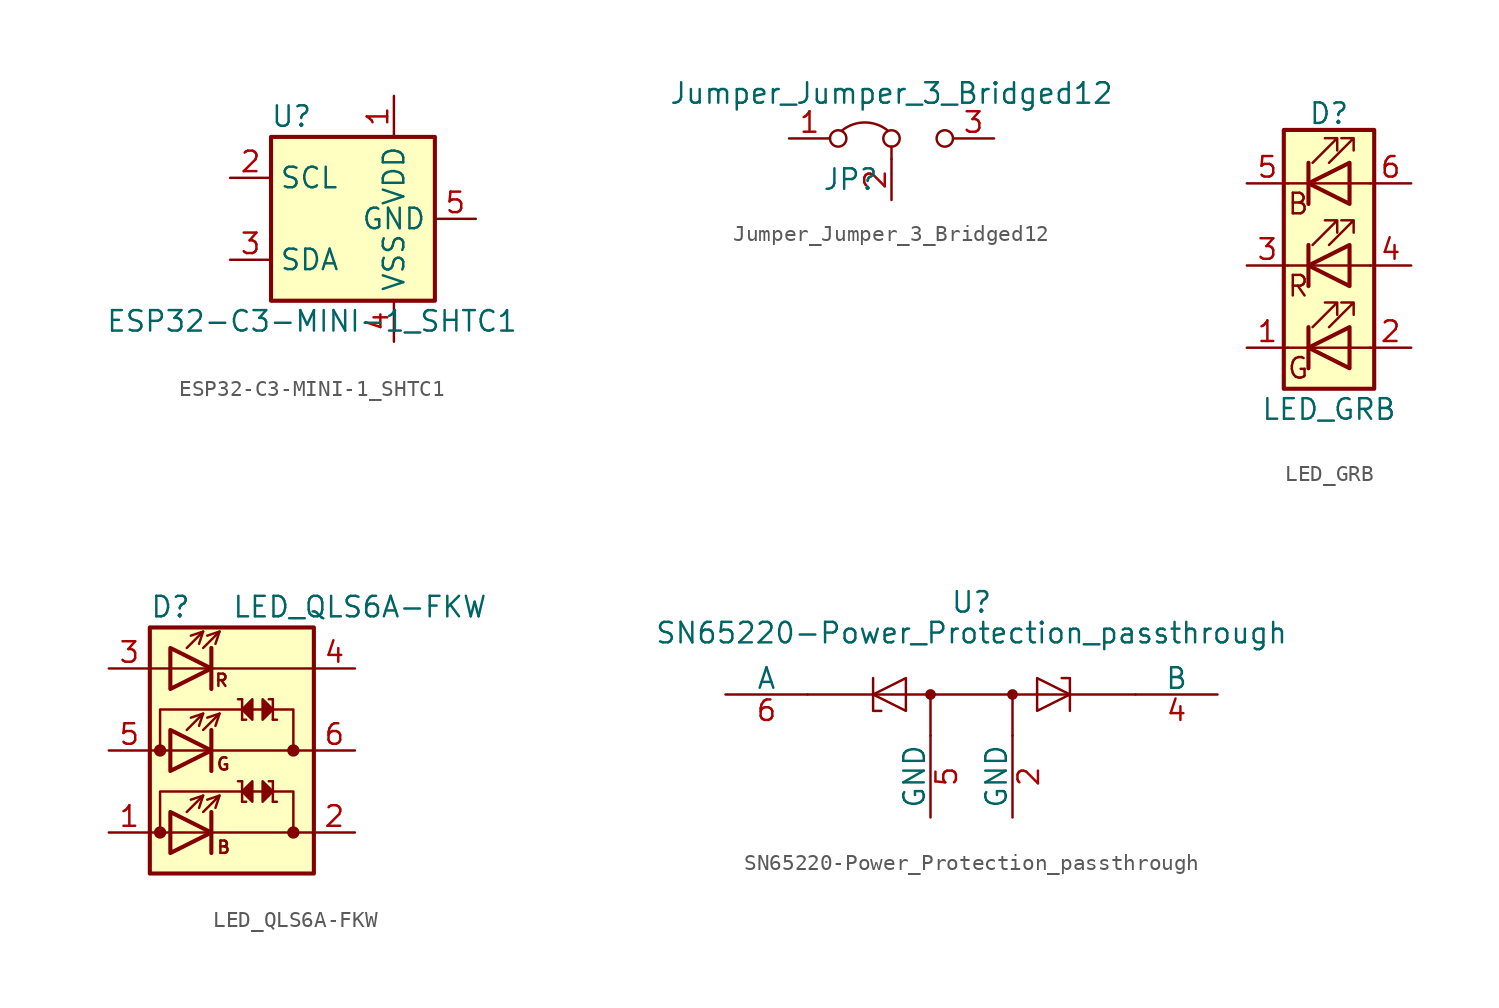
<source format=kicad_sym>
(kicad_symbol_lib
  (version 20211014)
  (generator kicad_symbol_editor)
  (symbol "ESP32-C3-MINI-1_SHTC1"
    (property "Reference" "U"
      (at -3.81 6.35 0)
      (effects (font (size 1.27 1.27))))
    (property "Value" "ESP32-C3-MINI-1_SHTC1"
      (at -2.54 -6.35 0)
      (effects (font (size 1.27 1.27))))
    (symbol "ESP32-C3-MINI-1_SHTC1_1_1"
      (rectangle (start -5.08 5.08) (end 5.08 -5.08) (stroke (width 0.254) (type default) (color 0 0 0 0)) (fill (type background)))
      (pin power_in line (at 2.54 7.62 270) (length 2.54) (name "VDD" (effects (font (size 1.27 1.27)))) (number "1" (effects (font (size 1.27 1.27)))))
      (pin input line (at -7.62 2.54 0) (length 2.54) (name "SCL" (effects (font (size 1.27 1.27)))) (number "2" (effects (font (size 1.27 1.27)))))
      (pin bidirectional line (at -7.62 -2.54 0) (length 2.54) (name "SDA" (effects (font (size 1.27 1.27)))) (number "3" (effects (font (size 1.27 1.27)))))
      (pin power_in line (at 2.54 -7.62 90) (length 2.54) (name "VSS" (effects (font (size 1.27 1.27)))) (number "4" (effects (font (size 1.27 1.27)))))
      (pin power_in line (at 7.62 0 180) (length 2.54) (name "GND" (effects (font (size 1.27 1.27)))) (number "5" (effects (font (size 1.27 1.27)))))))
  (symbol "Jumper_Jumper_3_Bridged12"
    (pin_names
      (offset 0) hide)
    (property "Reference" "JP"
      (at -2.54 -2.54 0)
      (effects (font (size 1.27 1.27))))
    (property "Value" "Jumper_Jumper_3_Bridged12"
      (at 0 2.794 0)
      (effects (font (size 1.27 1.27))))
    (symbol "Jumper_Jumper_3_Bridged12_0_0"
      (circle (center -3.302 0) (radius 0.508) (stroke (width 0) (type default) (color 0 0 0 0)) (fill (type none)))
      (circle (center 0 0) (radius 0.508) (stroke (width 0) (type default) (color 0 0 0 0)) (fill (type none)))
      (circle (center 3.302 0) (radius 0.508) (stroke (width 0) (type default) (color 0 0 0 0)) (fill (type none))))
    (symbol "Jumper_Jumper_3_Bridged12_0_1"
      (arc (start -0.254 0.508) (mid -1.651 0.9912) (end -3.048 0.508) (stroke (width 0) (type default) (color 0 0 0 0)) (fill (type none)))
      (polyline (pts (xy 0 -1.27) (xy 0 -0.508)) (stroke (width 0) (type default) (color 0 0 0 0)) (fill (type none))))
    (symbol "Jumper_Jumper_3_Bridged12_1_1"
      (pin passive line (at -6.35 0 0) (length 2.54) (name "A" (effects (font (size 1.27 1.27)))) (number "1" (effects (font (size 1.27 1.27)))))
      (pin input line (at 0 -3.81 90) (length 2.54) (name "C" (effects (font (size 1.27 1.27)))) (number "2" (effects (font (size 1.27 1.27)))))
      (pin passive line (at 6.35 0 180) (length 2.54) (name "B" (effects (font (size 1.27 1.27)))) (number "3" (effects (font (size 1.27 1.27)))))))
  (symbol "LED_GRB"
    (pin_names
      (offset 0) hide)
    (property "Reference" "D"
      (at 0 10.668 0)
      (effects (font (size 1.27 1.27))))
    (property "Value" "LED_GRB"
      (at 0 -7.62 0)
      (effects (font (size 1.27 1.27))))
    (symbol "LED_GRB_0_0"
      (text "B" (at -1.905 5.08 0) (effects (font (size 1.27 1.27))))
      (text "G" (at -1.905 -5.08 0) (effects (font (size 1.27 1.27))))
      (text "R" (at -1.905 0 0) (effects (font (size 1.27 1.27)))))
    (symbol "LED_GRB_0_1"
      (polyline (pts (xy -1.27 -3.81) (xy -2.54 -3.81)) (stroke (width 0) (type default) (color 0 0 0 0)) (fill (type none)))
      (polyline (pts (xy -1.27 -3.81) (xy 1.27 -3.81)) (stroke (width 0) (type default) (color 0 0 0 0)) (fill (type none)))
      (polyline (pts (xy -1.27 -2.54) (xy -1.27 -5.08)) (stroke (width 0.254) (type default) (color 0 0 0 0)) (fill (type none)))
      (polyline (pts (xy -1.27 1.27) (xy -2.54 1.27)) (stroke (width 0) (type default) (color 0 0 0 0)) (fill (type none)))
      (polyline (pts (xy -1.27 2.54) (xy -1.27 0)) (stroke (width 0.254) (type default) (color 0 0 0 0)) (fill (type none)))
      (polyline (pts (xy -1.27 6.35) (xy -2.54 6.35)) (stroke (width 0) (type default) (color 0 0 0 0)) (fill (type none)))
      (polyline (pts (xy -1.27 6.35) (xy 1.27 6.35)) (stroke (width 0) (type default) (color 0 0 0 0)) (fill (type none)))
      (polyline (pts (xy -1.27 7.62) (xy -1.27 5.08)) (stroke (width 0.254) (type default) (color 0 0 0 0)) (fill (type none)))
      (polyline (pts (xy 1.27 -3.81) (xy 2.54 -3.81)) (stroke (width 0) (type default) (color 0 0 0 0)) (fill (type none)))
      (polyline (pts (xy 1.27 1.27) (xy -1.27 1.27)) (stroke (width 0) (type default) (color 0 0 0 0)) (fill (type none)))
      (polyline (pts (xy 1.27 1.27) (xy 2.54 1.27)) (stroke (width 0) (type default) (color 0 0 0 0)) (fill (type none)))
      (polyline (pts (xy 1.27 6.35) (xy 2.54 6.35)) (stroke (width 0) (type default) (color 0 0 0 0)) (fill (type none)))
      (polyline (pts (xy -1.27 2.54) (xy -1.27 0) (xy -1.27 0)) (stroke (width 0) (type default) (color 0 0 0 0)) (fill (type none)))
      (polyline (pts (xy -1.27 7.62) (xy -1.27 5.08) (xy -1.27 5.08)) (stroke (width 0) (type default) (color 0 0 0 0)) (fill (type none)))
      (polyline (pts (xy 1.27 -2.54) (xy 1.27 -5.08) (xy -1.27 -3.81) (xy 1.27 -2.54)) (stroke (width 0.254) (type default) (color 0 0 0 0)) (fill (type none)))
      (polyline (pts (xy 1.27 2.54) (xy 1.27 0) (xy -1.27 1.27) (xy 1.27 2.54)) (stroke (width 0.254) (type default) (color 0 0 0 0)) (fill (type none)))
      (polyline (pts (xy 1.27 7.62) (xy 1.27 5.08) (xy -1.27 6.35) (xy 1.27 7.62)) (stroke (width 0.254) (type default) (color 0 0 0 0)) (fill (type none)))
      (polyline (pts (xy -1.016 -2.54) (xy 0.508 -1.016) (xy -0.254 -1.016) (xy 0.508 -1.016) (xy 0.508 -1.778)) (stroke (width 0) (type default) (color 0 0 0 0)) (fill (type none)))
      (polyline (pts (xy -1.016 2.54) (xy 0.508 4.064) (xy -0.254 4.064) (xy 0.508 4.064) (xy 0.508 3.302)) (stroke (width 0) (type default) (color 0 0 0 0)) (fill (type none)))
      (polyline (pts (xy -1.016 7.62) (xy 0.508 9.144) (xy -0.254 9.144) (xy 0.508 9.144) (xy 0.508 8.382)) (stroke (width 0) (type default) (color 0 0 0 0)) (fill (type none)))
      (polyline (pts (xy 0 -2.54) (xy 1.524 -1.016) (xy 0.762 -1.016) (xy 1.524 -1.016) (xy 1.524 -1.778)) (stroke (width 0) (type default) (color 0 0 0 0)) (fill (type none)))
      (polyline (pts (xy 0 2.54) (xy 1.524 4.064) (xy 0.762 4.064) (xy 1.524 4.064) (xy 1.524 3.302)) (stroke (width 0) (type default) (color 0 0 0 0)) (fill (type none)))
      (polyline (pts (xy 0 7.62) (xy 1.524 9.144) (xy 0.762 9.144) (xy 1.524 9.144) (xy 1.524 8.382)) (stroke (width 0) (type default) (color 0 0 0 0)) (fill (type none)))
      (rectangle (start 1.27 0) (end 1.27 2.54) (stroke (width 0) (type default) (color 0 0 0 0)) (fill (type none)))
      (rectangle (start 1.27 2.54) (end 1.27 2.54) (stroke (width 0) (type default) (color 0 0 0 0)) (fill (type none)))
      (rectangle (start 1.27 5.08) (end 1.27 7.62) (stroke (width 0) (type default) (color 0 0 0 0)) (fill (type none)))
      (rectangle (start 1.27 7.62) (end 1.27 7.62) (stroke (width 0) (type default) (color 0 0 0 0)) (fill (type none)))
      (rectangle (start 2.794 9.652) (end -2.794 -6.35) (stroke (width 0.254) (type default) (color 0 0 0 0)) (fill (type background))))
    (symbol "LED_GRB_1_1"
      (pin passive line (at -5.08 -3.81 0) (length 2.54) (name "GK" (effects (font (size 1.27 1.27)))) (number "1" (effects (font (size 1.27 1.27)))))
      (pin passive line (at 5.08 -3.81 180) (length 2.54) (name "GA" (effects (font (size 1.27 1.27)))) (number "2" (effects (font (size 1.27 1.27)))))
      (pin passive line (at -5.08 1.27 0) (length 2.54) (name "RK" (effects (font (size 1.27 1.27)))) (number "3" (effects (font (size 1.27 1.27)))))
      (pin passive line (at 5.08 1.27 180) (length 2.54) (name "RA" (effects (font (size 1.27 1.27)))) (number "4" (effects (font (size 1.27 1.27)))))
      (pin passive line (at -5.08 6.35 0) (length 2.54) (name "BK" (effects (font (size 1.27 1.27)))) (number "5" (effects (font (size 1.27 1.27)))))
      (pin passive line (at 5.08 6.35 180) (length 2.54) (name "BA" (effects (font (size 1.27 1.27)))) (number "6" (effects (font (size 1.27 1.27)))))))
  (symbol "LED_QLS6A-FKW"
    (pin_names hide)
    (property "Reference" "D"
      (at -5.08 8.89 0)
      (effects (font (size 1.27 1.27)) (justify left)))
    (property "Value" "LED_QLS6A-FKW"
      (at 0 8.89 0)
      (effects (font (size 1.27 1.27)) (justify left)))
    (symbol "LED_QLS6A-FKW_0_0"
      (text "B" (at -0.508 -5.994 0) (effects (font (size 0.762 0.762))))
      (text "G" (at -0.533 -0.838 0) (effects (font (size 0.762 0.762))))
      (text "R" (at -0.635 4.343 0) (effects (font (size 0.762 0.762)))))
    (symbol "LED_QLS6A-FKW_0_1"
      (rectangle (start -5.08 7.62) (end 5.08 -7.62) (stroke (width 0.254) (type default) (color 0 0 0 0)) (fill (type background)))
      (polyline (pts (xy -5.08 -5.08) (xy 5.08 -5.08)) (stroke (width 0) (type default) (color 0 0 0 0)) (fill (type none)))
      (polyline (pts (xy -5.08 0) (xy 5.08 0)) (stroke (width 0) (type default) (color 0 0 0 0)) (fill (type none)))
      (polyline (pts (xy -1.27 -3.81) (xy -1.27 -6.35)) (stroke (width 0.254) (type default) (color 0 0 0 0)) (fill (type none)))
      (polyline (pts (xy -1.27 1.27) (xy -1.27 -1.27)) (stroke (width 0.254) (type default) (color 0 0 0 0)) (fill (type none)))
      (polyline (pts (xy -1.27 6.35) (xy -1.27 3.81)) (stroke (width 0.254) (type default) (color 0 0 0 0)) (fill (type none)))
      (polyline (pts (xy 0.635 -1.905) (xy 0.381 -1.905)) (stroke (width 0) (type default) (color 0 0 0 0)) (fill (type none)))
      (polyline (pts (xy 0.635 -1.905) (xy 0.635 -3.175)) (stroke (width 0) (type default) (color 0 0 0 0)) (fill (type none)))
      (polyline (pts (xy 0.635 1.905) (xy 0.889 1.905)) (stroke (width 0) (type default) (color 0 0 0 0)) (fill (type none)))
      (polyline (pts (xy 0.635 3.175) (xy 0.381 3.175)) (stroke (width 0) (type default) (color 0 0 0 0)) (fill (type none)))
      (polyline (pts (xy 0.635 3.175) (xy 0.635 1.905)) (stroke (width 0) (type default) (color 0 0 0 0)) (fill (type none)))
      (polyline (pts (xy 0.889 -3.175) (xy 0.635 -3.175)) (stroke (width 0) (type default) (color 0 0 0 0)) (fill (type none)))
      (polyline (pts (xy 2.54 -3.175) (xy 2.794 -3.175)) (stroke (width 0) (type default) (color 0 0 0 0)) (fill (type none)))
      (polyline (pts (xy 2.54 -1.905) (xy 2.286 -1.905)) (stroke (width 0) (type default) (color 0 0 0 0)) (fill (type none)))
      (polyline (pts (xy 2.54 -1.905) (xy 2.54 -3.175)) (stroke (width 0) (type default) (color 0 0 0 0)) (fill (type none)))
      (polyline (pts (xy 2.54 1.905) (xy 2.54 3.175)) (stroke (width 0) (type default) (color 0 0 0 0)) (fill (type none)))
      (polyline (pts (xy 2.54 1.905) (xy 2.794 1.905)) (stroke (width 0) (type default) (color 0 0 0 0)) (fill (type none)))
      (polyline (pts (xy 2.54 3.175) (xy 2.286 3.175)) (stroke (width 0) (type default) (color 0 0 0 0)) (fill (type none)))
      (polyline (pts (xy -4.445 0) (xy -4.445 2.54) (xy 3.81 2.54) (xy 3.81 0)) (stroke (width 0) (type default) (color 0 0 0 0)) (fill (type none)))
      (polyline (pts (xy -3.81 -3.81) (xy -3.81 -6.35) (xy -1.27 -5.08) (xy -3.81 -3.81)) (stroke (width 0.254) (type default) (color 0 0 0 0)) (fill (type none)))
      (polyline (pts (xy -3.81 1.27) (xy -3.81 -1.27) (xy -1.27 0) (xy -3.81 1.27)) (stroke (width 0.254) (type default) (color 0 0 0 0)) (fill (type none)))
      (polyline (pts (xy -3.81 6.35) (xy -1.27 5.08) (xy -3.81 3.81) (xy -3.81 6.35)) (stroke (width 0.254) (type default) (color 0 0 0 0)) (fill (type none)))
      (polyline (pts (xy 0.635 -2.54) (xy 1.27 -3.175) (xy 1.27 -1.905) (xy 0.635 -2.54)) (stroke (width 0) (type default) (color 0 0 0 0)) (fill (type outline)))
      (polyline (pts (xy 1.27 3.175) (xy 1.27 1.905) (xy 0.635 2.54) (xy 1.27 3.175)) (stroke (width 0) (type default) (color 0 0 0 0)) (fill (type outline)))
      (polyline (pts (xy 1.905 -1.905) (xy 1.905 -3.175) (xy 2.54 -2.54) (xy 1.905 -1.905)) (stroke (width 0) (type default) (color 0 0 0 0)) (fill (type outline)))
      (polyline (pts (xy 1.905 3.175) (xy 1.905 1.905) (xy 2.54 2.54) (xy 1.905 3.175)) (stroke (width 0) (type default) (color 0 0 0 0)) (fill (type outline)))
      (polyline (pts (xy 3.81 -5.08) (xy 3.81 -2.54) (xy -4.445 -2.54) (xy -4.445 -5.08)) (stroke (width 0) (type default) (color 0 0 0 0)) (fill (type none))))
    (symbol "LED_QLS6A-FKW_1_1"
      (circle (center -4.445 -5.08) (radius 0.254) (stroke (width 0.254) (type default) (color 0 0 0 0)) (fill (type outline)))
      (circle (center -4.445 0) (radius 0.254) (stroke (width 0.254) (type default) (color 0 0 0 0)) (fill (type outline)))
      (polyline (pts (xy -5.08 5.08) (xy 5.08 5.08)) (stroke (width 0) (type default) (color 0 0 0 0)) (fill (type none)))
      (polyline (pts (xy -2.794 -3.81) (xy -1.778 -2.794)) (stroke (width 0) (type default) (color 0 0 0 0)) (fill (type none)))
      (polyline (pts (xy -2.794 1.27) (xy -1.778 2.286)) (stroke (width 0) (type default) (color 0 0 0 0)) (fill (type none)))
      (polyline (pts (xy -2.794 6.35) (xy -1.778 7.366)) (stroke (width 0) (type default) (color 0 0 0 0)) (fill (type none)))
      (polyline (pts (xy -1.778 -3.81) (xy -0.762 -2.794)) (stroke (width 0) (type default) (color 0 0 0 0)) (fill (type none)))
      (polyline (pts (xy -1.778 1.27) (xy -0.762 2.286)) (stroke (width 0) (type default) (color 0 0 0 0)) (fill (type none)))
      (polyline (pts (xy -1.778 6.35) (xy -0.762 7.366)) (stroke (width 0) (type default) (color 0 0 0 0)) (fill (type none)))
      (polyline (pts (xy -2.54 -3.048) (xy -1.778 -2.794) (xy -2.032 -3.556)) (stroke (width 0) (type default) (color 0 0 0 0)) (fill (type none)))
      (polyline (pts (xy -2.54 2.032) (xy -1.778 2.286) (xy -2.032 1.524)) (stroke (width 0) (type default) (color 0 0 0 0)) (fill (type none)))
      (polyline (pts (xy -2.54 7.112) (xy -1.778 7.366) (xy -2.032 6.604)) (stroke (width 0) (type default) (color 0 0 0 0)) (fill (type none)))
      (polyline (pts (xy -1.524 -3.048) (xy -0.762 -2.794) (xy -1.016 -3.556)) (stroke (width 0) (type default) (color 0 0 0 0)) (fill (type none)))
      (polyline (pts (xy -1.524 2.032) (xy -0.762 2.286) (xy -1.016 1.524)) (stroke (width 0) (type default) (color 0 0 0 0)) (fill (type none)))
      (polyline (pts (xy -1.524 7.112) (xy -0.762 7.366) (xy -1.016 6.604)) (stroke (width 0) (type default) (color 0 0 0 0)) (fill (type none)))
      (circle (center 3.81 -5.08) (radius 0.254) (stroke (width 0.254) (type default) (color 0 0 0 0)) (fill (type outline)))
      (circle (center 3.81 0) (radius 0.254) (stroke (width 0.254) (type default) (color 0 0 0 0)) (fill (type outline)))
      (pin passive line (at -7.62 -5.08 0) (length 2.54) (name "AB" (effects (font (size 1.27 1.27)))) (number "1" (effects (font (size 1.27 1.27)))))
      (pin passive line (at 7.62 -5.08 180) (length 2.54) (name "KB" (effects (font (size 1.27 1.27)))) (number "2" (effects (font (size 1.27 1.27)))))
      (pin passive line (at -7.62 5.08 0) (length 2.54) (name "AR" (effects (font (size 1.27 1.27)))) (number "3" (effects (font (size 1.27 1.27)))))
      (pin passive line (at 7.62 5.08 180) (length 2.54) (name "KR" (effects (font (size 1.27 1.27)))) (number "4" (effects (font (size 1.27 1.27)))))
      (pin passive line (at -7.62 0 0) (length 2.54) (name "AG" (effects (font (size 1.27 1.27)))) (number "5" (effects (font (size 1.27 1.27)))))
      (pin passive line (at 7.62 0 180) (length 2.54) (name "KR" (effects (font (size 1.27 1.27)))) (number "6" (effects (font (size 1.27 1.27)))))))
  (symbol "SN65220-Power_Protection_passthrough"
    (pin_names
      (offset 0))
    (property "Reference" "U"
      (at 0 5.715 0)
      (effects (font (size 1.27 1.27))))
    (property "Value" "SN65220-Power_Protection_passthrough"
      (at 0 3.81 0)
      (effects (font (size 1.27 1.27))))
    (symbol "SN65220-Power_Protection_passthrough_0_1"
      (circle (center -2.54 0) (radius 0.254) (stroke (width 0) (type default) (color 0 0 0 0)) (fill (type outline)))
      (polyline (pts (xy -2.54 -2.54) (xy -2.54 0)) (stroke (width 0) (type default) (color 0 0 0 0)) (fill (type none)))
      (polyline (pts (xy 2.54 -2.54) (xy 2.54 0)) (stroke (width 0) (type default) (color 0 0 0 0)) (fill (type none)))
      (polyline (pts (xy 10.16 0) (xy -10.16 0)) (stroke (width 0) (type default) (color 0 0 0 0)) (fill (type none)))
      (polyline (pts (xy -5.588 -1.016) (xy -6.096 -1.016) (xy -6.096 1.016)) (stroke (width 0) (type default) (color 0 0 0 0)) (fill (type none)))
      (polyline (pts (xy 5.588 1.016) (xy 6.096 1.016) (xy 6.096 -1.016)) (stroke (width 0) (type default) (color 0 0 0 0)) (fill (type none)))
      (polyline (pts (xy -6.096 0) (xy -4.064 1.016) (xy -4.064 -1.016) (xy -6.096 0)) (stroke (width 0) (type default) (color 0 0 0 0)) (fill (type none)))
      (polyline (pts (xy 6.096 0) (xy 4.064 1.016) (xy 4.064 -1.016) (xy 6.096 0)) (stroke (width 0) (type default) (color 0 0 0 0)) (fill (type none)))
      (circle (center 2.54 0) (radius 0.254) (stroke (width 0) (type default) (color 0 0 0 0)) (fill (type outline))))
    (symbol "SN65220-Power_Protection_passthrough_1_1"
      (pin passive line (at -15.24 0 0) (length 2.54) hide (name "~" (effects (font (size 1.27 1.27)))) (number "1" (effects (font (size 1.27 1.27)))))
      (pin passive line (at 2.54 -7.62 90) (length 5.08) (name "GND" (effects (font (size 1.27 1.27)))) (number "2" (effects (font (size 1.27 1.27)))))
      (pin passive line (at 15.24 0 180) (length 2.54) hide (name "~" (effects (font (size 1.27 1.27)))) (number "3" (effects (font (size 1.27 1.27)))))
      (pin passive line (at 15.24 0 180) (length 5.08) (name "B" (effects (font (size 1.27 1.27)))) (number "4" (effects (font (size 1.27 1.27)))))
      (pin passive line (at -2.54 -7.62 90) (length 5.08) (name "GND" (effects (font (size 1.27 1.27)))) (number "5" (effects (font (size 1.27 1.27)))))
      (pin passive line (at -15.24 0 0) (length 5.08) (name "A" (effects (font (size 1.27 1.27)))) (number "6" (effects (font (size 1.27 1.27))))))))
</source>
